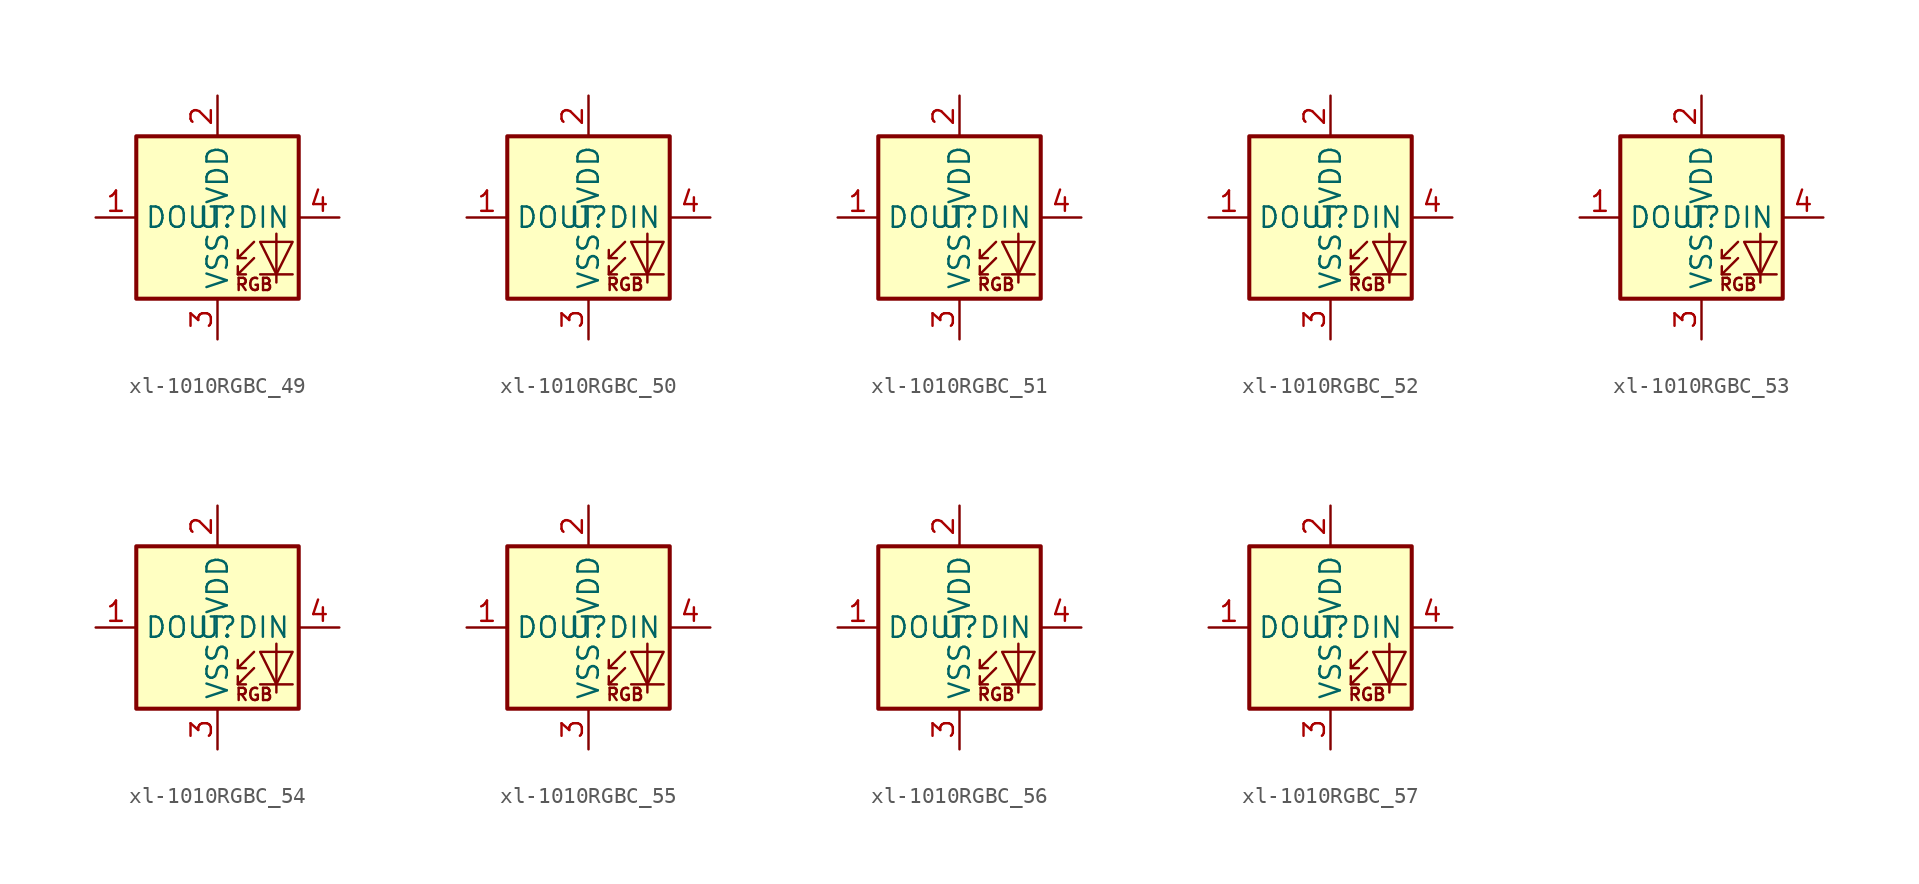
<source format=kicad_sym>
(kicad_symbol_lib
  (version 20231120)
  (generator "kicad_symbol_editor")
  (generator_version "8.0")
  (symbol "xl-1010RGBC_49"
    (property "Reference" "U"
      (at 0 0 0)
      (effects (font (size 1.27 1.27))))
    (property "Value" ""
      (at 0 0 0)
      (effects (font (size 1.27 1.27))))
    (symbol "xl-1010RGBC_49_0_0"
      (text "RGB" (at 2.286 -4.191 0) (effects (font (size 0.762 0.762)))))
    (symbol "xl-1010RGBC_49_0_1"
      (polyline (pts (xy 1.27 -3.556) (xy 1.778 -3.556)) (stroke (width 0) (type default)) (fill (type none)))
      (polyline (pts (xy 1.27 -2.54) (xy 1.778 -2.54)) (stroke (width 0) (type default)) (fill (type none)))
      (polyline (pts (xy 4.699 -3.556) (xy 2.667 -3.556)) (stroke (width 0) (type default)) (fill (type none)))
      (polyline (pts (xy 2.286 -2.54) (xy 1.27 -3.556) (xy 1.27 -3.048)) (stroke (width 0) (type default)) (fill (type none)))
      (polyline (pts (xy 2.286 -1.524) (xy 1.27 -2.54) (xy 1.27 -2.032)) (stroke (width 0) (type default)) (fill (type none)))
      (polyline (pts (xy 3.683 -1.016) (xy 3.683 -3.556) (xy 3.683 -4.064)) (stroke (width 0) (type default)) (fill (type none)))
      (polyline (pts (xy 4.699 -1.524) (xy 2.667 -1.524) (xy 3.683 -3.556) (xy 4.699 -1.524)) (stroke (width 0) (type default)) (fill (type none)))
      (rectangle (start 5.08 5.08) (end -5.08 -5.08) (stroke (width 0.254) (type default)) (fill (type background))))
    (symbol "xl-1010RGBC_49_1_1"
      (pin output line (at -7.62 0 0) (length 2.54) (name "DOUT" (effects (font (size 1.27 1.27)))) (number "1" (effects (font (size 1.27 1.27)))))
      (pin power_in line (at 0 7.62 270) (length 2.54) (name "VDD" (effects (font (size 1.27 1.27)))) (number "2" (effects (font (size 1.27 1.27)))))
      (pin power_in line (at 0 -7.62 90) (length 2.54) (name "VSS" (effects (font (size 1.27 1.27)))) (number "3" (effects (font (size 1.27 1.27)))))
      (pin input line (at 7.62 0 180) (length 2.54) (name "DIN" (effects (font (size 1.27 1.27)))) (number "4" (effects (font (size 1.27 1.27)))))))
  (symbol "xl-1010RGBC_50"
    (property "Reference" "U"
      (at 0 0 0)
      (effects (font (size 1.27 1.27))))
    (property "Value" ""
      (at 0 0 0)
      (effects (font (size 1.27 1.27))))
    (symbol "xl-1010RGBC_50_0_0"
      (text "RGB" (at 2.286 -4.191 0) (effects (font (size 0.762 0.762)))))
    (symbol "xl-1010RGBC_50_0_1"
      (polyline (pts (xy 1.27 -3.556) (xy 1.778 -3.556)) (stroke (width 0) (type default)) (fill (type none)))
      (polyline (pts (xy 1.27 -2.54) (xy 1.778 -2.54)) (stroke (width 0) (type default)) (fill (type none)))
      (polyline (pts (xy 4.699 -3.556) (xy 2.667 -3.556)) (stroke (width 0) (type default)) (fill (type none)))
      (polyline (pts (xy 2.286 -2.54) (xy 1.27 -3.556) (xy 1.27 -3.048)) (stroke (width 0) (type default)) (fill (type none)))
      (polyline (pts (xy 2.286 -1.524) (xy 1.27 -2.54) (xy 1.27 -2.032)) (stroke (width 0) (type default)) (fill (type none)))
      (polyline (pts (xy 3.683 -1.016) (xy 3.683 -3.556) (xy 3.683 -4.064)) (stroke (width 0) (type default)) (fill (type none)))
      (polyline (pts (xy 4.699 -1.524) (xy 2.667 -1.524) (xy 3.683 -3.556) (xy 4.699 -1.524)) (stroke (width 0) (type default)) (fill (type none)))
      (rectangle (start 5.08 5.08) (end -5.08 -5.08) (stroke (width 0.254) (type default)) (fill (type background))))
    (symbol "xl-1010RGBC_50_1_1"
      (pin output line (at -7.62 0 0) (length 2.54) (name "DOUT" (effects (font (size 1.27 1.27)))) (number "1" (effects (font (size 1.27 1.27)))))
      (pin power_in line (at 0 7.62 270) (length 2.54) (name "VDD" (effects (font (size 1.27 1.27)))) (number "2" (effects (font (size 1.27 1.27)))))
      (pin power_in line (at 0 -7.62 90) (length 2.54) (name "VSS" (effects (font (size 1.27 1.27)))) (number "3" (effects (font (size 1.27 1.27)))))
      (pin input line (at 7.62 0 180) (length 2.54) (name "DIN" (effects (font (size 1.27 1.27)))) (number "4" (effects (font (size 1.27 1.27)))))))
  (symbol "xl-1010RGBC_51"
    (property "Reference" "U"
      (at 0 0 0)
      (effects (font (size 1.27 1.27))))
    (property "Value" ""
      (at 0 0 0)
      (effects (font (size 1.27 1.27))))
    (symbol "xl-1010RGBC_51_0_0"
      (text "RGB" (at 2.286 -4.191 0) (effects (font (size 0.762 0.762)))))
    (symbol "xl-1010RGBC_51_0_1"
      (polyline (pts (xy 1.27 -3.556) (xy 1.778 -3.556)) (stroke (width 0) (type default)) (fill (type none)))
      (polyline (pts (xy 1.27 -2.54) (xy 1.778 -2.54)) (stroke (width 0) (type default)) (fill (type none)))
      (polyline (pts (xy 4.699 -3.556) (xy 2.667 -3.556)) (stroke (width 0) (type default)) (fill (type none)))
      (polyline (pts (xy 2.286 -2.54) (xy 1.27 -3.556) (xy 1.27 -3.048)) (stroke (width 0) (type default)) (fill (type none)))
      (polyline (pts (xy 2.286 -1.524) (xy 1.27 -2.54) (xy 1.27 -2.032)) (stroke (width 0) (type default)) (fill (type none)))
      (polyline (pts (xy 3.683 -1.016) (xy 3.683 -3.556) (xy 3.683 -4.064)) (stroke (width 0) (type default)) (fill (type none)))
      (polyline (pts (xy 4.699 -1.524) (xy 2.667 -1.524) (xy 3.683 -3.556) (xy 4.699 -1.524)) (stroke (width 0) (type default)) (fill (type none)))
      (rectangle (start 5.08 5.08) (end -5.08 -5.08) (stroke (width 0.254) (type default)) (fill (type background))))
    (symbol "xl-1010RGBC_51_1_1"
      (pin output line (at -7.62 0 0) (length 2.54) (name "DOUT" (effects (font (size 1.27 1.27)))) (number "1" (effects (font (size 1.27 1.27)))))
      (pin power_in line (at 0 7.62 270) (length 2.54) (name "VDD" (effects (font (size 1.27 1.27)))) (number "2" (effects (font (size 1.27 1.27)))))
      (pin power_in line (at 0 -7.62 90) (length 2.54) (name "VSS" (effects (font (size 1.27 1.27)))) (number "3" (effects (font (size 1.27 1.27)))))
      (pin input line (at 7.62 0 180) (length 2.54) (name "DIN" (effects (font (size 1.27 1.27)))) (number "4" (effects (font (size 1.27 1.27)))))))
  (symbol "xl-1010RGBC_52"
    (property "Reference" "U"
      (at 0 0 0)
      (effects (font (size 1.27 1.27))))
    (property "Value" ""
      (at 0 0 0)
      (effects (font (size 1.27 1.27))))
    (symbol "xl-1010RGBC_52_0_0"
      (text "RGB" (at 2.286 -4.191 0) (effects (font (size 0.762 0.762)))))
    (symbol "xl-1010RGBC_52_0_1"
      (polyline (pts (xy 1.27 -3.556) (xy 1.778 -3.556)) (stroke (width 0) (type default)) (fill (type none)))
      (polyline (pts (xy 1.27 -2.54) (xy 1.778 -2.54)) (stroke (width 0) (type default)) (fill (type none)))
      (polyline (pts (xy 4.699 -3.556) (xy 2.667 -3.556)) (stroke (width 0) (type default)) (fill (type none)))
      (polyline (pts (xy 2.286 -2.54) (xy 1.27 -3.556) (xy 1.27 -3.048)) (stroke (width 0) (type default)) (fill (type none)))
      (polyline (pts (xy 2.286 -1.524) (xy 1.27 -2.54) (xy 1.27 -2.032)) (stroke (width 0) (type default)) (fill (type none)))
      (polyline (pts (xy 3.683 -1.016) (xy 3.683 -3.556) (xy 3.683 -4.064)) (stroke (width 0) (type default)) (fill (type none)))
      (polyline (pts (xy 4.699 -1.524) (xy 2.667 -1.524) (xy 3.683 -3.556) (xy 4.699 -1.524)) (stroke (width 0) (type default)) (fill (type none)))
      (rectangle (start 5.08 5.08) (end -5.08 -5.08) (stroke (width 0.254) (type default)) (fill (type background))))
    (symbol "xl-1010RGBC_52_1_1"
      (pin output line (at -7.62 0 0) (length 2.54) (name "DOUT" (effects (font (size 1.27 1.27)))) (number "1" (effects (font (size 1.27 1.27)))))
      (pin power_in line (at 0 7.62 270) (length 2.54) (name "VDD" (effects (font (size 1.27 1.27)))) (number "2" (effects (font (size 1.27 1.27)))))
      (pin power_in line (at 0 -7.62 90) (length 2.54) (name "VSS" (effects (font (size 1.27 1.27)))) (number "3" (effects (font (size 1.27 1.27)))))
      (pin input line (at 7.62 0 180) (length 2.54) (name "DIN" (effects (font (size 1.27 1.27)))) (number "4" (effects (font (size 1.27 1.27)))))))
  (symbol "xl-1010RGBC_53"
    (property "Reference" "U"
      (at 0 0 0)
      (effects (font (size 1.27 1.27))))
    (property "Value" ""
      (at 0 0 0)
      (effects (font (size 1.27 1.27))))
    (symbol "xl-1010RGBC_53_0_0"
      (text "RGB" (at 2.286 -4.191 0) (effects (font (size 0.762 0.762)))))
    (symbol "xl-1010RGBC_53_0_1"
      (polyline (pts (xy 1.27 -3.556) (xy 1.778 -3.556)) (stroke (width 0) (type default)) (fill (type none)))
      (polyline (pts (xy 1.27 -2.54) (xy 1.778 -2.54)) (stroke (width 0) (type default)) (fill (type none)))
      (polyline (pts (xy 4.699 -3.556) (xy 2.667 -3.556)) (stroke (width 0) (type default)) (fill (type none)))
      (polyline (pts (xy 2.286 -2.54) (xy 1.27 -3.556) (xy 1.27 -3.048)) (stroke (width 0) (type default)) (fill (type none)))
      (polyline (pts (xy 2.286 -1.524) (xy 1.27 -2.54) (xy 1.27 -2.032)) (stroke (width 0) (type default)) (fill (type none)))
      (polyline (pts (xy 3.683 -1.016) (xy 3.683 -3.556) (xy 3.683 -4.064)) (stroke (width 0) (type default)) (fill (type none)))
      (polyline (pts (xy 4.699 -1.524) (xy 2.667 -1.524) (xy 3.683 -3.556) (xy 4.699 -1.524)) (stroke (width 0) (type default)) (fill (type none)))
      (rectangle (start 5.08 5.08) (end -5.08 -5.08) (stroke (width 0.254) (type default)) (fill (type background))))
    (symbol "xl-1010RGBC_53_1_1"
      (pin output line (at -7.62 0 0) (length 2.54) (name "DOUT" (effects (font (size 1.27 1.27)))) (number "1" (effects (font (size 1.27 1.27)))))
      (pin power_in line (at 0 7.62 270) (length 2.54) (name "VDD" (effects (font (size 1.27 1.27)))) (number "2" (effects (font (size 1.27 1.27)))))
      (pin power_in line (at 0 -7.62 90) (length 2.54) (name "VSS" (effects (font (size 1.27 1.27)))) (number "3" (effects (font (size 1.27 1.27)))))
      (pin input line (at 7.62 0 180) (length 2.54) (name "DIN" (effects (font (size 1.27 1.27)))) (number "4" (effects (font (size 1.27 1.27)))))))
  (symbol "xl-1010RGBC_54"
    (property "Reference" "U"
      (at 0 0 0)
      (effects (font (size 1.27 1.27))))
    (property "Value" ""
      (at 0 0 0)
      (effects (font (size 1.27 1.27))))
    (symbol "xl-1010RGBC_54_0_0"
      (text "RGB" (at 2.286 -4.191 0) (effects (font (size 0.762 0.762)))))
    (symbol "xl-1010RGBC_54_0_1"
      (polyline (pts (xy 1.27 -3.556) (xy 1.778 -3.556)) (stroke (width 0) (type default)) (fill (type none)))
      (polyline (pts (xy 1.27 -2.54) (xy 1.778 -2.54)) (stroke (width 0) (type default)) (fill (type none)))
      (polyline (pts (xy 4.699 -3.556) (xy 2.667 -3.556)) (stroke (width 0) (type default)) (fill (type none)))
      (polyline (pts (xy 2.286 -2.54) (xy 1.27 -3.556) (xy 1.27 -3.048)) (stroke (width 0) (type default)) (fill (type none)))
      (polyline (pts (xy 2.286 -1.524) (xy 1.27 -2.54) (xy 1.27 -2.032)) (stroke (width 0) (type default)) (fill (type none)))
      (polyline (pts (xy 3.683 -1.016) (xy 3.683 -3.556) (xy 3.683 -4.064)) (stroke (width 0) (type default)) (fill (type none)))
      (polyline (pts (xy 4.699 -1.524) (xy 2.667 -1.524) (xy 3.683 -3.556) (xy 4.699 -1.524)) (stroke (width 0) (type default)) (fill (type none)))
      (rectangle (start 5.08 5.08) (end -5.08 -5.08) (stroke (width 0.254) (type default)) (fill (type background))))
    (symbol "xl-1010RGBC_54_1_1"
      (pin output line (at -7.62 0 0) (length 2.54) (name "DOUT" (effects (font (size 1.27 1.27)))) (number "1" (effects (font (size 1.27 1.27)))))
      (pin power_in line (at 0 7.62 270) (length 2.54) (name "VDD" (effects (font (size 1.27 1.27)))) (number "2" (effects (font (size 1.27 1.27)))))
      (pin power_in line (at 0 -7.62 90) (length 2.54) (name "VSS" (effects (font (size 1.27 1.27)))) (number "3" (effects (font (size 1.27 1.27)))))
      (pin input line (at 7.62 0 180) (length 2.54) (name "DIN" (effects (font (size 1.27 1.27)))) (number "4" (effects (font (size 1.27 1.27)))))))
  (symbol "xl-1010RGBC_55"
    (property "Reference" "U"
      (at 0 0 0)
      (effects (font (size 1.27 1.27))))
    (property "Value" ""
      (at 0 0 0)
      (effects (font (size 1.27 1.27))))
    (symbol "xl-1010RGBC_55_0_0"
      (text "RGB" (at 2.286 -4.191 0) (effects (font (size 0.762 0.762)))))
    (symbol "xl-1010RGBC_55_0_1"
      (polyline (pts (xy 1.27 -3.556) (xy 1.778 -3.556)) (stroke (width 0) (type default)) (fill (type none)))
      (polyline (pts (xy 1.27 -2.54) (xy 1.778 -2.54)) (stroke (width 0) (type default)) (fill (type none)))
      (polyline (pts (xy 4.699 -3.556) (xy 2.667 -3.556)) (stroke (width 0) (type default)) (fill (type none)))
      (polyline (pts (xy 2.286 -2.54) (xy 1.27 -3.556) (xy 1.27 -3.048)) (stroke (width 0) (type default)) (fill (type none)))
      (polyline (pts (xy 2.286 -1.524) (xy 1.27 -2.54) (xy 1.27 -2.032)) (stroke (width 0) (type default)) (fill (type none)))
      (polyline (pts (xy 3.683 -1.016) (xy 3.683 -3.556) (xy 3.683 -4.064)) (stroke (width 0) (type default)) (fill (type none)))
      (polyline (pts (xy 4.699 -1.524) (xy 2.667 -1.524) (xy 3.683 -3.556) (xy 4.699 -1.524)) (stroke (width 0) (type default)) (fill (type none)))
      (rectangle (start 5.08 5.08) (end -5.08 -5.08) (stroke (width 0.254) (type default)) (fill (type background))))
    (symbol "xl-1010RGBC_55_1_1"
      (pin output line (at -7.62 0 0) (length 2.54) (name "DOUT" (effects (font (size 1.27 1.27)))) (number "1" (effects (font (size 1.27 1.27)))))
      (pin power_in line (at 0 7.62 270) (length 2.54) (name "VDD" (effects (font (size 1.27 1.27)))) (number "2" (effects (font (size 1.27 1.27)))))
      (pin power_in line (at 0 -7.62 90) (length 2.54) (name "VSS" (effects (font (size 1.27 1.27)))) (number "3" (effects (font (size 1.27 1.27)))))
      (pin input line (at 7.62 0 180) (length 2.54) (name "DIN" (effects (font (size 1.27 1.27)))) (number "4" (effects (font (size 1.27 1.27)))))))
  (symbol "xl-1010RGBC_56"
    (property "Reference" "U"
      (at 0 0 0)
      (effects (font (size 1.27 1.27))))
    (property "Value" ""
      (at 0 0 0)
      (effects (font (size 1.27 1.27))))
    (symbol "xl-1010RGBC_56_0_0"
      (text "RGB" (at 2.286 -4.191 0) (effects (font (size 0.762 0.762)))))
    (symbol "xl-1010RGBC_56_0_1"
      (polyline (pts (xy 1.27 -3.556) (xy 1.778 -3.556)) (stroke (width 0) (type default)) (fill (type none)))
      (polyline (pts (xy 1.27 -2.54) (xy 1.778 -2.54)) (stroke (width 0) (type default)) (fill (type none)))
      (polyline (pts (xy 4.699 -3.556) (xy 2.667 -3.556)) (stroke (width 0) (type default)) (fill (type none)))
      (polyline (pts (xy 2.286 -2.54) (xy 1.27 -3.556) (xy 1.27 -3.048)) (stroke (width 0) (type default)) (fill (type none)))
      (polyline (pts (xy 2.286 -1.524) (xy 1.27 -2.54) (xy 1.27 -2.032)) (stroke (width 0) (type default)) (fill (type none)))
      (polyline (pts (xy 3.683 -1.016) (xy 3.683 -3.556) (xy 3.683 -4.064)) (stroke (width 0) (type default)) (fill (type none)))
      (polyline (pts (xy 4.699 -1.524) (xy 2.667 -1.524) (xy 3.683 -3.556) (xy 4.699 -1.524)) (stroke (width 0) (type default)) (fill (type none)))
      (rectangle (start 5.08 5.08) (end -5.08 -5.08) (stroke (width 0.254) (type default)) (fill (type background))))
    (symbol "xl-1010RGBC_56_1_1"
      (pin output line (at -7.62 0 0) (length 2.54) (name "DOUT" (effects (font (size 1.27 1.27)))) (number "1" (effects (font (size 1.27 1.27)))))
      (pin power_in line (at 0 7.62 270) (length 2.54) (name "VDD" (effects (font (size 1.27 1.27)))) (number "2" (effects (font (size 1.27 1.27)))))
      (pin power_in line (at 0 -7.62 90) (length 2.54) (name "VSS" (effects (font (size 1.27 1.27)))) (number "3" (effects (font (size 1.27 1.27)))))
      (pin input line (at 7.62 0 180) (length 2.54) (name "DIN" (effects (font (size 1.27 1.27)))) (number "4" (effects (font (size 1.27 1.27)))))))
  (symbol "xl-1010RGBC_57"
    (property "Reference" "U"
      (at 0 0 0)
      (effects (font (size 1.27 1.27))))
    (property "Value" ""
      (at 0 0 0)
      (effects (font (size 1.27 1.27))))
    (symbol "xl-1010RGBC_57_0_0"
      (text "RGB" (at 2.286 -4.191 0) (effects (font (size 0.762 0.762)))))
    (symbol "xl-1010RGBC_57_0_1"
      (polyline (pts (xy 1.27 -3.556) (xy 1.778 -3.556)) (stroke (width 0) (type default)) (fill (type none)))
      (polyline (pts (xy 1.27 -2.54) (xy 1.778 -2.54)) (stroke (width 0) (type default)) (fill (type none)))
      (polyline (pts (xy 4.699 -3.556) (xy 2.667 -3.556)) (stroke (width 0) (type default)) (fill (type none)))
      (polyline (pts (xy 2.286 -2.54) (xy 1.27 -3.556) (xy 1.27 -3.048)) (stroke (width 0) (type default)) (fill (type none)))
      (polyline (pts (xy 2.286 -1.524) (xy 1.27 -2.54) (xy 1.27 -2.032)) (stroke (width 0) (type default)) (fill (type none)))
      (polyline (pts (xy 3.683 -1.016) (xy 3.683 -3.556) (xy 3.683 -4.064)) (stroke (width 0) (type default)) (fill (type none)))
      (polyline (pts (xy 4.699 -1.524) (xy 2.667 -1.524) (xy 3.683 -3.556) (xy 4.699 -1.524)) (stroke (width 0) (type default)) (fill (type none)))
      (rectangle (start 5.08 5.08) (end -5.08 -5.08) (stroke (width 0.254) (type default)) (fill (type background))))
    (symbol "xl-1010RGBC_57_1_1"
      (pin output line (at -7.62 0 0) (length 2.54) (name "DOUT" (effects (font (size 1.27 1.27)))) (number "1" (effects (font (size 1.27 1.27)))))
      (pin power_in line (at 0 7.62 270) (length 2.54) (name "VDD" (effects (font (size 1.27 1.27)))) (number "2" (effects (font (size 1.27 1.27)))))
      (pin power_in line (at 0 -7.62 90) (length 2.54) (name "VSS" (effects (font (size 1.27 1.27)))) (number "3" (effects (font (size 1.27 1.27)))))
      (pin input line (at 7.62 0 180) (length 2.54) (name "DIN" (effects (font (size 1.27 1.27)))) (number "4" (effects (font (size 1.27 1.27))))))))
</source>
